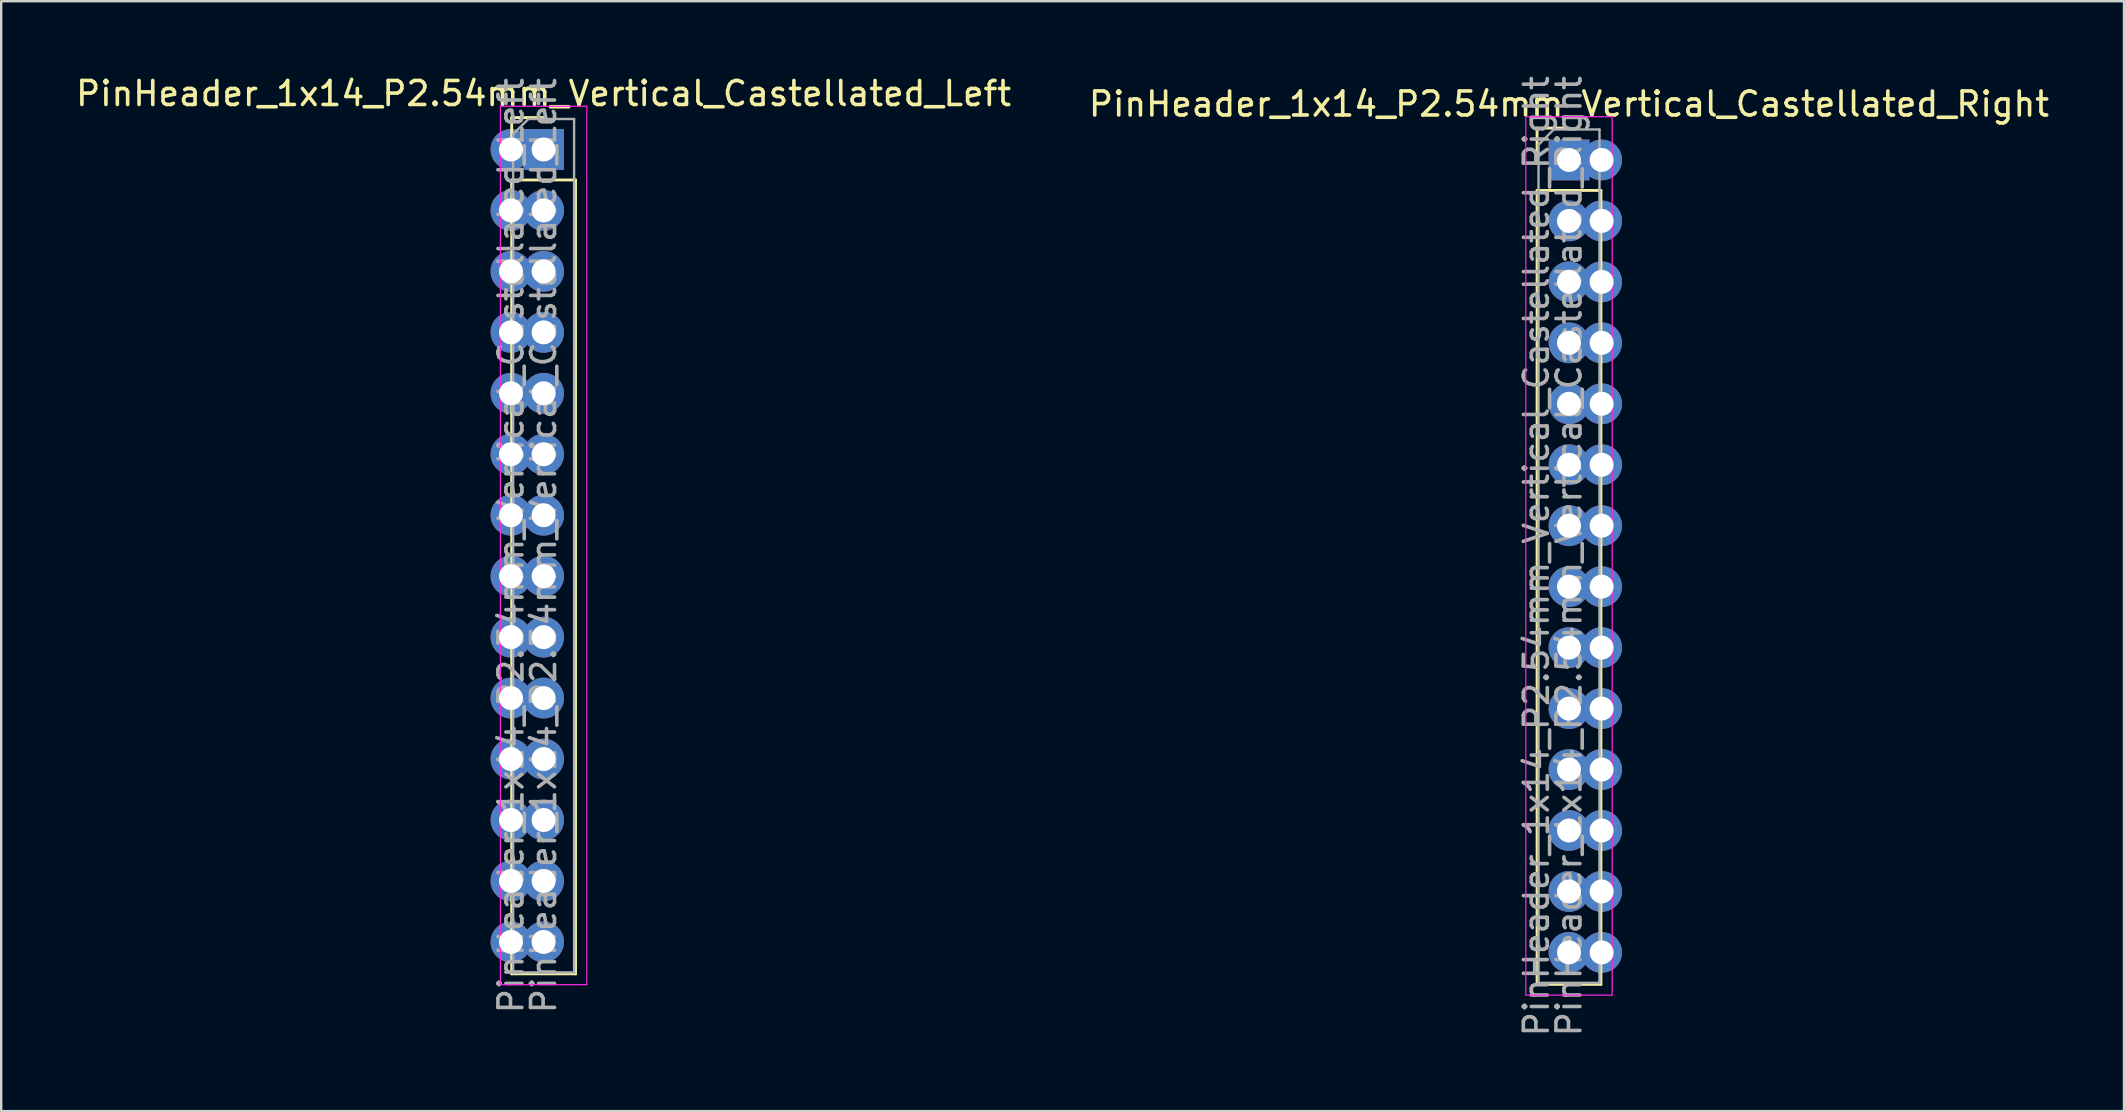
<source format=kicad_pcb>
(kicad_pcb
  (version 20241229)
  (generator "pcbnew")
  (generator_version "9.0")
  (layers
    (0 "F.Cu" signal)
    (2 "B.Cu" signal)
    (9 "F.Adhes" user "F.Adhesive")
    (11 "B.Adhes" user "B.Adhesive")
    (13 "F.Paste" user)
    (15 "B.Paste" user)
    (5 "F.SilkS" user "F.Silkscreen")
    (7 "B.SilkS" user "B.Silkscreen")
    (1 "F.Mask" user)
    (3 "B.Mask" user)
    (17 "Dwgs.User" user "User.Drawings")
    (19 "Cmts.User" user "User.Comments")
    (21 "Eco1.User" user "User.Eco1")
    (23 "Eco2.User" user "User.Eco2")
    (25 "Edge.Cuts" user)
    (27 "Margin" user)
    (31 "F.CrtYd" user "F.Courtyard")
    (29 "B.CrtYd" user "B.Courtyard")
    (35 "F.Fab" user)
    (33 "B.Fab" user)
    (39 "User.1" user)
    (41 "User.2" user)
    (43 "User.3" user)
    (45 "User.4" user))
  (footprint "PinHeader_1x14_P2.54mm_Vertical_Castellated_Right"
    (layer "F.Cu")
    (at 62.327 3.615)
    (property "Reference" "PinHeader_1x14_P2.54mm_Vertical_Castellated_Right" (at 0 -2.33 0) (layer "F.SilkS") (effects (font (size 1 1) (thickness 0.15))))
    (attr through_hole)
    (fp_line (start -1.33 -1.33) (end 0 -1.33) (stroke (width 0.12) (type solid)) (layer "F.SilkS"))
    (fp_line (start -1.33 0) (end -1.33 -1.33) (stroke (width 0.12) (type solid)) (layer "F.SilkS"))
    (fp_line (start -1.33 1.27) (end -1.33 34.35) (stroke (width 0.12) (type solid)) (layer "F.SilkS"))
    (fp_line (start -1.33 1.27) (end 1.33 1.27) (stroke (width 0.12) (type solid)) (layer "F.SilkS"))
    (fp_line (start -1.33 34.35) (end 1.33 34.35) (stroke (width 0.12) (type solid)) (layer "F.SilkS"))
    (fp_line (start 1.33 1.27) (end 1.33 34.35) (stroke (width 0.12) (type solid)) (layer "F.SilkS"))
    (fp_line (start -1.8 -1.8) (end -1.8 34.8) (stroke (width 0.05) (type solid)) (layer "F.CrtYd"))
    (fp_line (start -1.8 34.8) (end 1.8 34.8) (stroke (width 0.05) (type solid)) (layer "F.CrtYd"))
    (fp_line (start 1.8 -1.8) (end -1.8 -1.8) (stroke (width 0.05) (type solid)) (layer "F.CrtYd"))
    (fp_line (start 1.8 34.8) (end 1.8 -1.8) (stroke (width 0.05) (type solid)) (layer "F.CrtYd"))
    (fp_line (start -1.27 -0.635) (end -0.635 -1.27) (stroke (width 0.1) (type solid)) (layer "F.Fab"))
    (fp_line (start -1.27 34.29) (end -1.27 -0.635) (stroke (width 0.1) (type solid)) (layer "F.Fab"))
    (fp_line (start -0.635 -1.27) (end 1.27 -1.27) (stroke (width 0.1) (type solid)) (layer "F.Fab"))
    (fp_line (start 1.27 -1.27) (end 1.27 34.29) (stroke (width 0.1) (type solid)) (layer "F.Fab"))
    (fp_line (start 1.27 34.29) (end -1.27 34.29) (stroke (width 0.1) (type solid)) (layer "F.Fab"))
    (fp_text user "${REFERENCE}" (at -1.359 16.51 90) (layer "F.Fab") (effects (font (size 1 1) (thickness 0.15))))
    (fp_text user "${REFERENCE}" (at 0 16.51 90) (layer "F.Fab") (effects (font (size 1 1) (thickness 0.15))))
    (pad "1" thru_hole rect (at 0 0) (size 1.7 1.7) (drill 1) (layers "*.Cu" "*.Mask"))
    (pad "1" thru_hole circle (at 1.359 0) (size 1.7 1.7) (drill 1) (layers "*.Cu" "*.Mask"))
    (pad "2" thru_hole oval (at 0 2.54) (size 1.7 1.7) (drill 1) (layers "*.Cu" "*.Mask"))
    (pad "2" thru_hole oval (at 1.359 2.54) (size 1.7 1.7) (drill 1) (layers "*.Cu" "*.Mask"))
    (pad "3" thru_hole oval (at 0 5.08) (size 1.7 1.7) (drill 1) (layers "*.Cu" "*.Mask"))
    (pad "3" thru_hole oval (at 1.359 5.08) (size 1.7 1.7) (drill 1) (layers "*.Cu" "*.Mask"))
    (pad "4" thru_hole oval (at 0 7.62) (size 1.7 1.7) (drill 1) (layers "*.Cu" "*.Mask"))
    (pad "4" thru_hole oval (at 1.359 7.62) (size 1.7 1.7) (drill 1) (layers "*.Cu" "*.Mask"))
    (pad "5" thru_hole oval (at 0 10.16) (size 1.7 1.7) (drill 1) (layers "*.Cu" "*.Mask"))
    (pad "5" thru_hole oval (at 1.359 10.16) (size 1.7 1.7) (drill 1) (layers "*.Cu" "*.Mask"))
    (pad "6" thru_hole oval (at 0 12.7) (size 1.7 1.7) (drill 1) (layers "*.Cu" "*.Mask"))
    (pad "6" thru_hole oval (at 1.359 12.7) (size 1.7 1.7) (drill 1) (layers "*.Cu" "*.Mask"))
    (pad "7" thru_hole oval (at 0 15.24) (size 1.7 1.7) (drill 1) (layers "*.Cu" "*.Mask"))
    (pad "7" thru_hole oval (at 1.359 15.24) (size 1.7 1.7) (drill 1) (layers "*.Cu" "*.Mask"))
    (pad "8" thru_hole oval (at 0 17.78) (size 1.7 1.7) (drill 1) (layers "*.Cu" "*.Mask"))
    (pad "8" thru_hole oval (at 1.359 17.78) (size 1.7 1.7) (drill 1) (layers "*.Cu" "*.Mask"))
    (pad "9" thru_hole oval (at 0 20.32) (size 1.7 1.7) (drill 1) (layers "*.Cu" "*.Mask"))
    (pad "9" thru_hole oval (at 1.359 20.32) (size 1.7 1.7) (drill 1) (layers "*.Cu" "*.Mask"))
    (pad "10" thru_hole oval (at 0 22.86) (size 1.7 1.7) (drill 1) (layers "*.Cu" "*.Mask"))
    (pad "10" thru_hole oval (at 1.359 22.86) (size 1.7 1.7) (drill 1) (layers "*.Cu" "*.Mask"))
    (pad "11" thru_hole oval (at 0 25.4) (size 1.7 1.7) (drill 1) (layers "*.Cu" "*.Mask"))
    (pad "11" thru_hole oval (at 1.359 25.4) (size 1.7 1.7) (drill 1) (layers "*.Cu" "*.Mask"))
    (pad "12" thru_hole oval (at 0 27.94) (size 1.7 1.7) (drill 1) (layers "*.Cu" "*.Mask"))
    (pad "12" thru_hole oval (at 1.359 27.94) (size 1.7 1.7) (drill 1) (layers "*.Cu" "*.Mask"))
    (pad "13" thru_hole oval (at 0 30.48) (size 1.7 1.7) (drill 1) (layers "*.Cu" "*.Mask"))
    (pad "13" thru_hole oval (at 1.359 30.48) (size 1.7 1.7) (drill 1) (layers "*.Cu" "*.Mask"))
    (pad "14" thru_hole oval (at 0 33.02) (size 1.7 1.7) (drill 1) (layers "*.Cu" "*.Mask"))
    (pad "14" thru_hole oval (at 1.359 33.02) (size 1.7 1.7) (drill 1) (layers "*.Cu" "*.Mask")))
  (footprint "PinHeader_1x14_P2.54mm_Vertical_Castellated_Left"
    (layer "F.Cu")
    (at 19.601 3.178)
    (property "Reference" "PinHeader_1x14_P2.54mm_Vertical_Castellated_Left" (at 0 -2.33 0) (layer "F.SilkS") (effects (font (size 1 1) (thickness 0.15))))
    (attr through_hole)
    (fp_line (start -1.33 -1.33) (end 0 -1.33) (stroke (width 0.12) (type solid)) (layer "F.SilkS"))
    (fp_line (start -1.33 0) (end -1.33 -1.33) (stroke (width 0.12) (type solid)) (layer "F.SilkS"))
    (fp_line (start -1.33 1.27) (end -1.33 34.35) (stroke (width 0.12) (type solid)) (layer "F.SilkS"))
    (fp_line (start -1.33 1.27) (end 1.33 1.27) (stroke (width 0.12) (type solid)) (layer "F.SilkS"))
    (fp_line (start -1.33 34.35) (end 1.33 34.35) (stroke (width 0.12) (type solid)) (layer "F.SilkS"))
    (fp_line (start 1.33 1.27) (end 1.33 34.35) (stroke (width 0.12) (type solid)) (layer "F.SilkS"))
    (fp_line (start -1.8 -1.8) (end -1.8 34.8) (stroke (width 0.05) (type solid)) (layer "F.CrtYd"))
    (fp_line (start -1.8 34.8) (end 1.8 34.8) (stroke (width 0.05) (type solid)) (layer "F.CrtYd"))
    (fp_line (start 1.8 -1.8) (end -1.8 -1.8) (stroke (width 0.05) (type solid)) (layer "F.CrtYd"))
    (fp_line (start 1.8 34.8) (end 1.8 -1.8) (stroke (width 0.05) (type solid)) (layer "F.CrtYd"))
    (fp_line (start -1.27 -0.635) (end -0.635 -1.27) (stroke (width 0.1) (type solid)) (layer "F.Fab"))
    (fp_line (start -1.27 34.29) (end -1.27 -0.635) (stroke (width 0.1) (type solid)) (layer "F.Fab"))
    (fp_line (start -0.635 -1.27) (end 1.27 -1.27) (stroke (width 0.1) (type solid)) (layer "F.Fab"))
    (fp_line (start 1.27 -1.27) (end 1.27 34.29) (stroke (width 0.1) (type solid)) (layer "F.Fab"))
    (fp_line (start 1.27 34.29) (end -1.27 34.29) (stroke (width 0.1) (type solid)) (layer "F.Fab"))
    (fp_text user "${REFERENCE}" (at -1.359 16.51 90) (layer "F.Fab") (effects (font (size 1 1) (thickness 0.15))))
    (fp_text user "${REFERENCE}" (at 0 16.51 90) (layer "F.Fab") (effects (font (size 1 1) (thickness 0.15))))
    (pad "1" thru_hole circle (at -1.359 0) (size 1.7 1.7) (drill 1) (layers "*.Cu" "*.Mask"))
    (pad "1" thru_hole rect (at 0 0) (size 1.7 1.7) (drill 1) (layers "*.Cu" "*.Mask"))
    (pad "2" thru_hole oval (at -1.359 2.54) (size 1.7 1.7) (drill 1) (layers "*.Cu" "*.Mask"))
    (pad "2" thru_hole oval (at 0 2.54) (size 1.7 1.7) (drill 1) (layers "*.Cu" "*.Mask"))
    (pad "3" thru_hole oval (at -1.359 5.08) (size 1.7 1.7) (drill 1) (layers "*.Cu" "*.Mask"))
    (pad "3" thru_hole oval (at 0 5.08) (size 1.7 1.7) (drill 1) (layers "*.Cu" "*.Mask"))
    (pad "4" thru_hole oval (at -1.359 7.62) (size 1.7 1.7) (drill 1) (layers "*.Cu" "*.Mask"))
    (pad "4" thru_hole oval (at 0 7.62) (size 1.7 1.7) (drill 1) (layers "*.Cu" "*.Mask"))
    (pad "5" thru_hole oval (at -1.359 10.16) (size 1.7 1.7) (drill 1) (layers "*.Cu" "*.Mask"))
    (pad "5" thru_hole oval (at 0 10.16) (size 1.7 1.7) (drill 1) (layers "*.Cu" "*.Mask"))
    (pad "6" thru_hole oval (at -1.359 12.7) (size 1.7 1.7) (drill 1) (layers "*.Cu" "*.Mask"))
    (pad "6" thru_hole oval (at 0 12.7) (size 1.7 1.7) (drill 1) (layers "*.Cu" "*.Mask"))
    (pad "7" thru_hole oval (at -1.359 15.24) (size 1.7 1.7) (drill 1) (layers "*.Cu" "*.Mask"))
    (pad "7" thru_hole oval (at 0 15.24) (size 1.7 1.7) (drill 1) (layers "*.Cu" "*.Mask"))
    (pad "8" thru_hole oval (at -1.359 17.78) (size 1.7 1.7) (drill 1) (layers "*.Cu" "*.Mask"))
    (pad "8" thru_hole oval (at 0 17.78) (size 1.7 1.7) (drill 1) (layers "*.Cu" "*.Mask"))
    (pad "9" thru_hole oval (at -1.359 20.32) (size 1.7 1.7) (drill 1) (layers "*.Cu" "*.Mask"))
    (pad "9" thru_hole oval (at 0 20.32) (size 1.7 1.7) (drill 1) (layers "*.Cu" "*.Mask"))
    (pad "10" thru_hole oval (at -1.359 22.86) (size 1.7 1.7) (drill 1) (layers "*.Cu" "*.Mask"))
    (pad "10" thru_hole oval (at 0 22.86) (size 1.7 1.7) (drill 1) (layers "*.Cu" "*.Mask"))
    (pad "11" thru_hole oval (at -1.359 25.4) (size 1.7 1.7) (drill 1) (layers "*.Cu" "*.Mask"))
    (pad "11" thru_hole oval (at 0 25.4) (size 1.7 1.7) (drill 1) (layers "*.Cu" "*.Mask"))
    (pad "12" thru_hole oval (at -1.359 27.94) (size 1.7 1.7) (drill 1) (layers "*.Cu" "*.Mask"))
    (pad "12" thru_hole oval (at 0 27.94) (size 1.7 1.7) (drill 1) (layers "*.Cu" "*.Mask"))
    (pad "13" thru_hole oval (at -1.359 30.48) (size 1.7 1.7) (drill 1) (layers "*.Cu" "*.Mask"))
    (pad "13" thru_hole oval (at 0 30.48) (size 1.7 1.7) (drill 1) (layers "*.Cu" "*.Mask"))
    (pad "14" thru_hole oval (at -1.359 33.02) (size 1.7 1.7) (drill 1) (layers "*.Cu" "*.Mask"))
    (pad "14" thru_hole oval (at 0 33.02) (size 1.7 1.7) (drill 1) (layers "*.Cu" "*.Mask")))
  (gr_rect
    (start -3 -3)
    (end 85.452 43.25)
    (stroke (width 0.1) (type default))
    (fill no)
    (layer "Edge.Cuts")))
</source>
